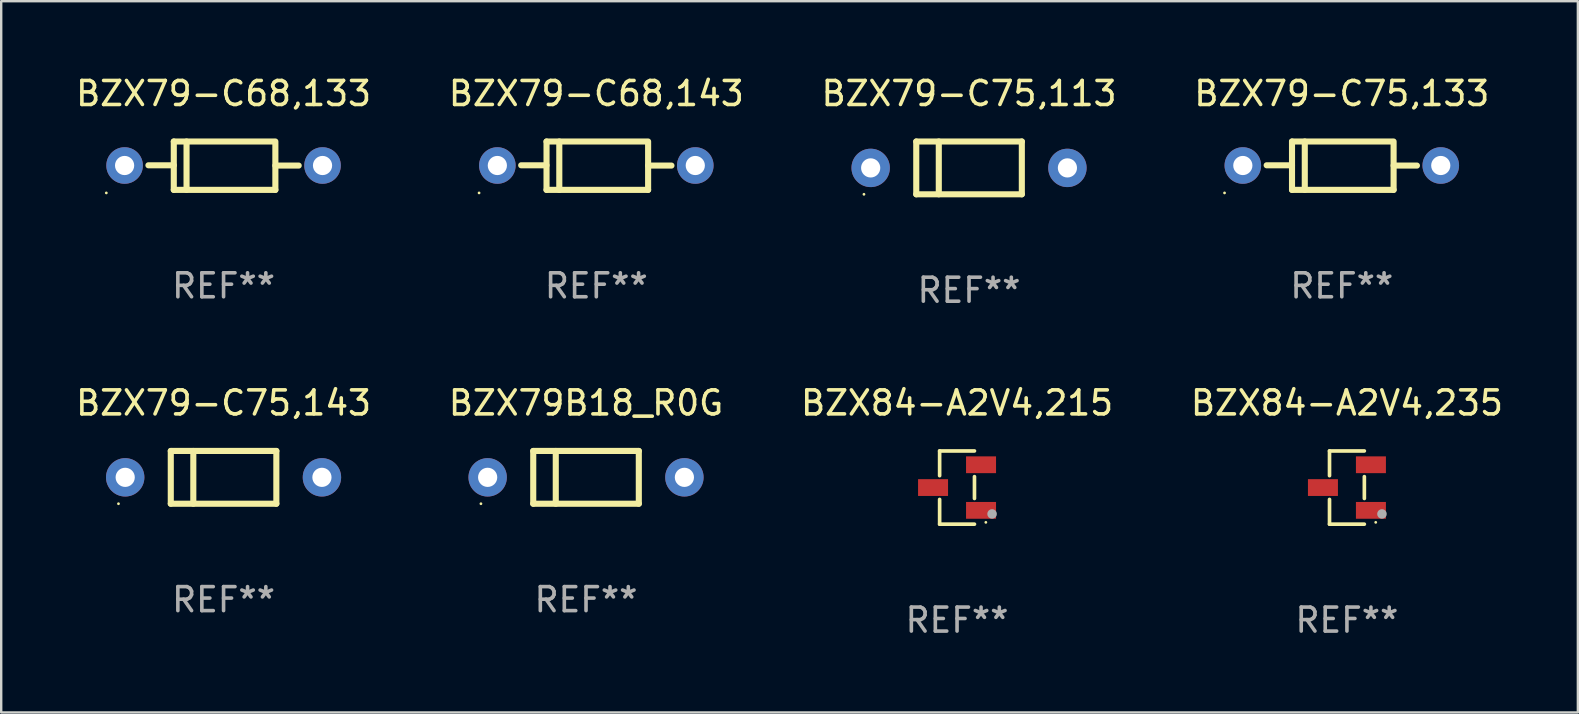
<source format=kicad_pcb>
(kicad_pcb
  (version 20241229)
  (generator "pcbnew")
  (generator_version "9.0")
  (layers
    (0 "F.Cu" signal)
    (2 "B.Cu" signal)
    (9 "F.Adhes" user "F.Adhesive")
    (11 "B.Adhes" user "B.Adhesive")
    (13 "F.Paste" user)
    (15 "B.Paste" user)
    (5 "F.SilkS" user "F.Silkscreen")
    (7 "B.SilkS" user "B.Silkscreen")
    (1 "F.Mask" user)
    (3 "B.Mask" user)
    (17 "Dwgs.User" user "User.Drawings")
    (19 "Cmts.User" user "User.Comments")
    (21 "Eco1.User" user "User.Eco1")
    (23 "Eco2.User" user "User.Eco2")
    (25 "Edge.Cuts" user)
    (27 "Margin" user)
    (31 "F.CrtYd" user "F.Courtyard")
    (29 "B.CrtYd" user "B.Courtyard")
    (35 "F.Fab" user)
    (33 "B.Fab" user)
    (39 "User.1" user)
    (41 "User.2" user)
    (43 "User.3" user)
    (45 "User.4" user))
  (footprint "BZX79B18_R0G"
    (layer "F.Cu")
    (at 21.375 16.845)
    (property "Reference" "BZX79B18_R0G" (at 0 -3.1 0) (layer "F.SilkS") (effects (font (size 1 1) (thickness 0.15))))
    (attr through_hole)
    (fp_line (start -2.2 -1.1) (end -2.2 1.1) (stroke (width 0.254) (type solid)) (layer "F.SilkS"))
    (fp_line (start -2.2 -1.1) (end 2.2 -1.1) (stroke (width 0.254) (type solid)) (layer "F.SilkS"))
    (fp_line (start -2.2 1.1) (end 2.2 1.1) (stroke (width 0.254) (type solid)) (layer "F.SilkS"))
    (fp_line (start -1.261 -1.1) (end -1.261 1.1) (stroke (width 0.254) (type solid)) (layer "F.SilkS"))
    (fp_line (start 2.2 -1.1) (end 2.2 1.1) (stroke (width 0.254) (type solid)) (layer "F.SilkS"))
    (fp_circle (center -4.38 1.1) (end -4.35 1.1) (stroke (width 0.06) (type solid)) (fill no) (layer "F.SilkS"))
    (fp_text user "REF**" (at 0 5.1 0) (layer "F.Fab") (effects (font (size 1 1) (thickness 0.15))))
    (pad "1" thru_hole circle (at -4.1 0) (size 1.6 1.6) (drill 0.8) (layers "*.Cu" "*.Mask"))
    (pad "2" thru_hole circle (at 4.1 0) (size 1.6 1.6) (drill 0.8) (layers "*.Cu" "*.Mask")))
  (footprint "BZX79-C75,143"
    (layer "F.Cu")
    (at 6.268 16.845)
    (property "Reference" "BZX79-C75,143" (at 0 -3.1 0) (layer "F.SilkS") (effects (font (size 1 1) (thickness 0.15))))
    (attr through_hole)
    (fp_line (start -2.2 -1.1) (end -2.2 1.1) (stroke (width 0.254) (type solid)) (layer "F.SilkS"))
    (fp_line (start -2.2 -1.1) (end 2.2 -1.1) (stroke (width 0.254) (type solid)) (layer "F.SilkS"))
    (fp_line (start -2.2 1.1) (end 2.2 1.1) (stroke (width 0.254) (type solid)) (layer "F.SilkS"))
    (fp_line (start -1.261 -1.1) (end -1.261 1.1) (stroke (width 0.254) (type solid)) (layer "F.SilkS"))
    (fp_line (start 2.2 -1.1) (end 2.2 1.1) (stroke (width 0.254) (type solid)) (layer "F.SilkS"))
    (fp_circle (center -4.38 1.1) (end -4.35 1.1) (stroke (width 0.06) (type solid)) (fill no) (layer "F.SilkS"))
    (fp_text user "REF**" (at 0 5.1 0) (layer "F.Fab") (effects (font (size 1 1) (thickness 0.15))))
    (pad "1" thru_hole circle (at -4.1 0) (size 1.6 1.6) (drill 0.8) (layers "*.Cu" "*.Mask"))
    (pad "2" thru_hole circle (at 4.1 0) (size 1.6 1.6) (drill 0.8) (layers "*.Cu" "*.Mask")))
  (footprint "BZX84-A2V4,235"
    (layer "F.Cu")
    (at 53.089 17.271)
    (property "Reference" "BZX84-A2V4,235" (at 0 -3.526 0) (layer "F.SilkS") (effects (font (size 1 1) (thickness 0.15))))
    (attr through_hole)
    (fp_line (start -0.726 -1.526) (end -0.726 -0.495) (stroke (width 0.152) (type solid)) (layer "F.SilkS"))
    (fp_line (start -0.726 1.526) (end -0.726 0.495) (stroke (width 0.152) (type solid)) (layer "F.SilkS"))
    (fp_line (start 0.726 -1.526) (end -0.726 -1.526) (stroke (width 0.152) (type solid)) (layer "F.SilkS"))
    (fp_line (start 0.726 -0.455) (end 0.726 0.455) (stroke (width 0.152) (type solid)) (layer "F.SilkS"))
    (fp_line (start 0.726 1.526) (end -0.726 1.526) (stroke (width 0.152) (type solid)) (layer "F.SilkS"))
    (fp_circle (center 1.2 1.45) (end 1.23 1.45) (stroke (width 0.06) (type solid)) (fill no) (layer "F.SilkS"))
    (fp_circle (center 1.46 1.1) (end 1.56 1.1) (stroke (width 0.2) (type solid)) (fill no) (layer "F.Fab"))
    (fp_text user "REF**" (at 0 5.526 0) (layer "F.Fab") (effects (font (size 1 1) (thickness 0.15))))
    (pad "1" smd rect (at 1 0.95) (size 1.25 0.7) (layers "F.Cu" "F.Mask" "F.Paste"))
    (pad "2" smd rect (at 1 -0.95) (size 1.25 0.7) (layers "F.Cu" "F.Mask" "F.Paste"))
    (pad "3" smd rect (at -1 0) (size 1.25 0.7) (layers "F.Cu" "F.Mask" "F.Paste")))
  (footprint "BZX84-A2V4,215"
    (layer "F.Cu")
    (at 36.839 17.271)
    (property "Reference" "BZX84-A2V4,215" (at 0 -3.526 0) (layer "F.SilkS") (effects (font (size 1 1) (thickness 0.15))))
    (attr through_hole)
    (fp_line (start -0.726 -1.526) (end -0.726 -0.495) (stroke (width 0.152) (type solid)) (layer "F.SilkS"))
    (fp_line (start -0.726 1.526) (end -0.726 0.495) (stroke (width 0.152) (type solid)) (layer "F.SilkS"))
    (fp_line (start 0.726 -1.526) (end -0.726 -1.526) (stroke (width 0.152) (type solid)) (layer "F.SilkS"))
    (fp_line (start 0.726 -0.455) (end 0.726 0.455) (stroke (width 0.152) (type solid)) (layer "F.SilkS"))
    (fp_line (start 0.726 1.526) (end -0.726 1.526) (stroke (width 0.152) (type solid)) (layer "F.SilkS"))
    (fp_circle (center 1.2 1.45) (end 1.23 1.45) (stroke (width 0.06) (type solid)) (fill no) (layer "F.SilkS"))
    (fp_circle (center 1.46 1.1) (end 1.56 1.1) (stroke (width 0.2) (type solid)) (fill no) (layer "F.Fab"))
    (fp_text user "REF**" (at 0 5.526 0) (layer "F.Fab") (effects (font (size 1 1) (thickness 0.15))))
    (pad "1" smd rect (at 1 0.95) (size 1.25 0.7) (layers "F.Cu" "F.Mask" "F.Paste"))
    (pad "2" smd rect (at 1 -0.95) (size 1.25 0.7) (layers "F.Cu" "F.Mask" "F.Paste"))
    (pad "3" smd rect (at -1 0) (size 1.25 0.7) (layers "F.Cu" "F.Mask" "F.Paste")))
  (footprint "BZX79-C68,133"
    (layer "F.Cu")
    (at 6.268 3.856)
    (property "Reference" "BZX79-C68,133" (at 0 -3.008 0) (layer "F.SilkS") (effects (font (size 1 1) (thickness 0.15))))
    (attr through_hole)
    (fp_line (start -2.075 -1.008) (end -2.075 1.008) (stroke (width 0.254) (type solid)) (layer "F.SilkS"))
    (fp_line (start -2.075 -0.017) (end -3.132 -0.017) (stroke (width 0.254) (type solid)) (layer "F.SilkS"))
    (fp_line (start -2.075 1.008) (end 2.159 1.008) (stroke (width 0.254) (type solid)) (layer "F.SilkS"))
    (fp_line (start -1.543 -1.008) (end -1.543 1.008) (stroke (width 0.254) (type solid)) (layer "F.SilkS"))
    (fp_line (start 2.075 -1.008) (end -2.075 -1.008) (stroke (width 0.254) (type solid)) (layer "F.SilkS"))
    (fp_line (start 2.159 -0.005) (end 3.132 -0.005) (stroke (width 0.254) (type solid)) (layer "F.SilkS"))
    (fp_line (start 2.159 1.008) (end 2.159 -1.008) (stroke (width 0.254) (type solid)) (layer "F.SilkS"))
    (fp_circle (center -4.887 1.135) (end -4.857 1.135) (stroke (width 0.06) (type solid)) (fill no) (layer "F.SilkS"))
    (fp_text user "REF**" (at 0 5.008 0) (layer "F.Fab") (effects (font (size 1 1) (thickness 0.15))))
    (pad "1" thru_hole circle (at -4.125 -0.008) (size 1.524 1.524) (drill 0.8) (layers "*.Cu" "*.Mask"))
    (pad "2" thru_hole circle (at 4.125 -0.008) (size 1.524 1.524) (drill 0.8) (layers "*.Cu" "*.Mask")))
  (footprint "BZX79-C75,113"
    (layer "F.Cu")
    (at 37.339 3.948)
    (property "Reference" "BZX79-C75,113" (at 0 -3.1 0) (layer "F.SilkS") (effects (font (size 1 1) (thickness 0.15))))
    (attr through_hole)
    (fp_line (start -2.2 -1.1) (end -2.2 1.1) (stroke (width 0.254) (type solid)) (layer "F.SilkS"))
    (fp_line (start -2.2 -1.1) (end 2.2 -1.1) (stroke (width 0.254) (type solid)) (layer "F.SilkS"))
    (fp_line (start -2.2 1.1) (end 2.2 1.1) (stroke (width 0.254) (type solid)) (layer "F.SilkS"))
    (fp_line (start -1.261 -1.1) (end -1.261 1.1) (stroke (width 0.254) (type solid)) (layer "F.SilkS"))
    (fp_line (start 2.2 -1.1) (end 2.2 1.1) (stroke (width 0.254) (type solid)) (layer "F.SilkS"))
    (fp_circle (center -4.38 1.1) (end -4.35 1.1) (stroke (width 0.06) (type solid)) (fill no) (layer "F.SilkS"))
    (fp_text user "REF**" (at 0 5.1 0) (layer "F.Fab") (effects (font (size 1 1) (thickness 0.15))))
    (pad "1" thru_hole circle (at -4.1 0) (size 1.6 1.6) (drill 0.8) (layers "*.Cu" "*.Mask"))
    (pad "2" thru_hole circle (at 4.1 0) (size 1.6 1.6) (drill 0.8) (layers "*.Cu" "*.Mask")))
  (footprint "BZX79-C68,143"
    (layer "F.Cu")
    (at 21.804 3.856)
    (property "Reference" "BZX79-C68,143" (at 0 -3.008 0) (layer "F.SilkS") (effects (font (size 1 1) (thickness 0.15))))
    (attr through_hole)
    (fp_line (start -2.075 -1.008) (end -2.075 1.008) (stroke (width 0.254) (type solid)) (layer "F.SilkS"))
    (fp_line (start -2.075 -0.017) (end -3.132 -0.017) (stroke (width 0.254) (type solid)) (layer "F.SilkS"))
    (fp_line (start -2.075 1.008) (end 2.159 1.008) (stroke (width 0.254) (type solid)) (layer "F.SilkS"))
    (fp_line (start -1.543 -1.008) (end -1.543 1.008) (stroke (width 0.254) (type solid)) (layer "F.SilkS"))
    (fp_line (start 2.075 -1.008) (end -2.075 -1.008) (stroke (width 0.254) (type solid)) (layer "F.SilkS"))
    (fp_line (start 2.159 -0.005) (end 3.132 -0.005) (stroke (width 0.254) (type solid)) (layer "F.SilkS"))
    (fp_line (start 2.159 1.008) (end 2.159 -1.008) (stroke (width 0.254) (type solid)) (layer "F.SilkS"))
    (fp_circle (center -4.887 1.135) (end -4.857 1.135) (stroke (width 0.06) (type solid)) (fill no) (layer "F.SilkS"))
    (fp_text user "REF**" (at 0 5.008 0) (layer "F.Fab") (effects (font (size 1 1) (thickness 0.15))))
    (pad "1" thru_hole circle (at -4.125 -0.008) (size 1.524 1.524) (drill 0.8) (layers "*.Cu" "*.Mask"))
    (pad "2" thru_hole circle (at 4.125 -0.008) (size 1.524 1.524) (drill 0.8) (layers "*.Cu" "*.Mask")))
  (footprint "BZX79-C75,133"
    (layer "F.Cu")
    (at 52.875 3.856)
    (property "Reference" "BZX79-C75,133" (at 0 -3.008 0) (layer "F.SilkS") (effects (font (size 1 1) (thickness 0.15))))
    (attr through_hole)
    (fp_line (start -2.075 -1.008) (end -2.075 1.008) (stroke (width 0.254) (type solid)) (layer "F.SilkS"))
    (fp_line (start -2.075 -0.017) (end -3.132 -0.017) (stroke (width 0.254) (type solid)) (layer "F.SilkS"))
    (fp_line (start -2.075 1.008) (end 2.159 1.008) (stroke (width 0.254) (type solid)) (layer "F.SilkS"))
    (fp_line (start -1.543 -1.008) (end -1.543 1.008) (stroke (width 0.254) (type solid)) (layer "F.SilkS"))
    (fp_line (start 2.075 -1.008) (end -2.075 -1.008) (stroke (width 0.254) (type solid)) (layer "F.SilkS"))
    (fp_line (start 2.159 -0.005) (end 3.132 -0.005) (stroke (width 0.254) (type solid)) (layer "F.SilkS"))
    (fp_line (start 2.159 1.008) (end 2.159 -1.008) (stroke (width 0.254) (type solid)) (layer "F.SilkS"))
    (fp_circle (center -4.887 1.135) (end -4.857 1.135) (stroke (width 0.06) (type solid)) (fill no) (layer "F.SilkS"))
    (fp_text user "REF**" (at 0 5.008 0) (layer "F.Fab") (effects (font (size 1 1) (thickness 0.15))))
    (pad "1" thru_hole circle (at -4.125 -0.008) (size 1.524 1.524) (drill 0.8) (layers "*.Cu" "*.Mask"))
    (pad "2" thru_hole circle (at 4.125 -0.008) (size 1.524 1.524) (drill 0.8) (layers "*.Cu" "*.Mask")))
  (gr_rect
    (start -3 -3)
    (end 62.714 26.645)
    (stroke (width 0.1) (type default))
    (fill no)
    (layer "Edge.Cuts")))
</source>
